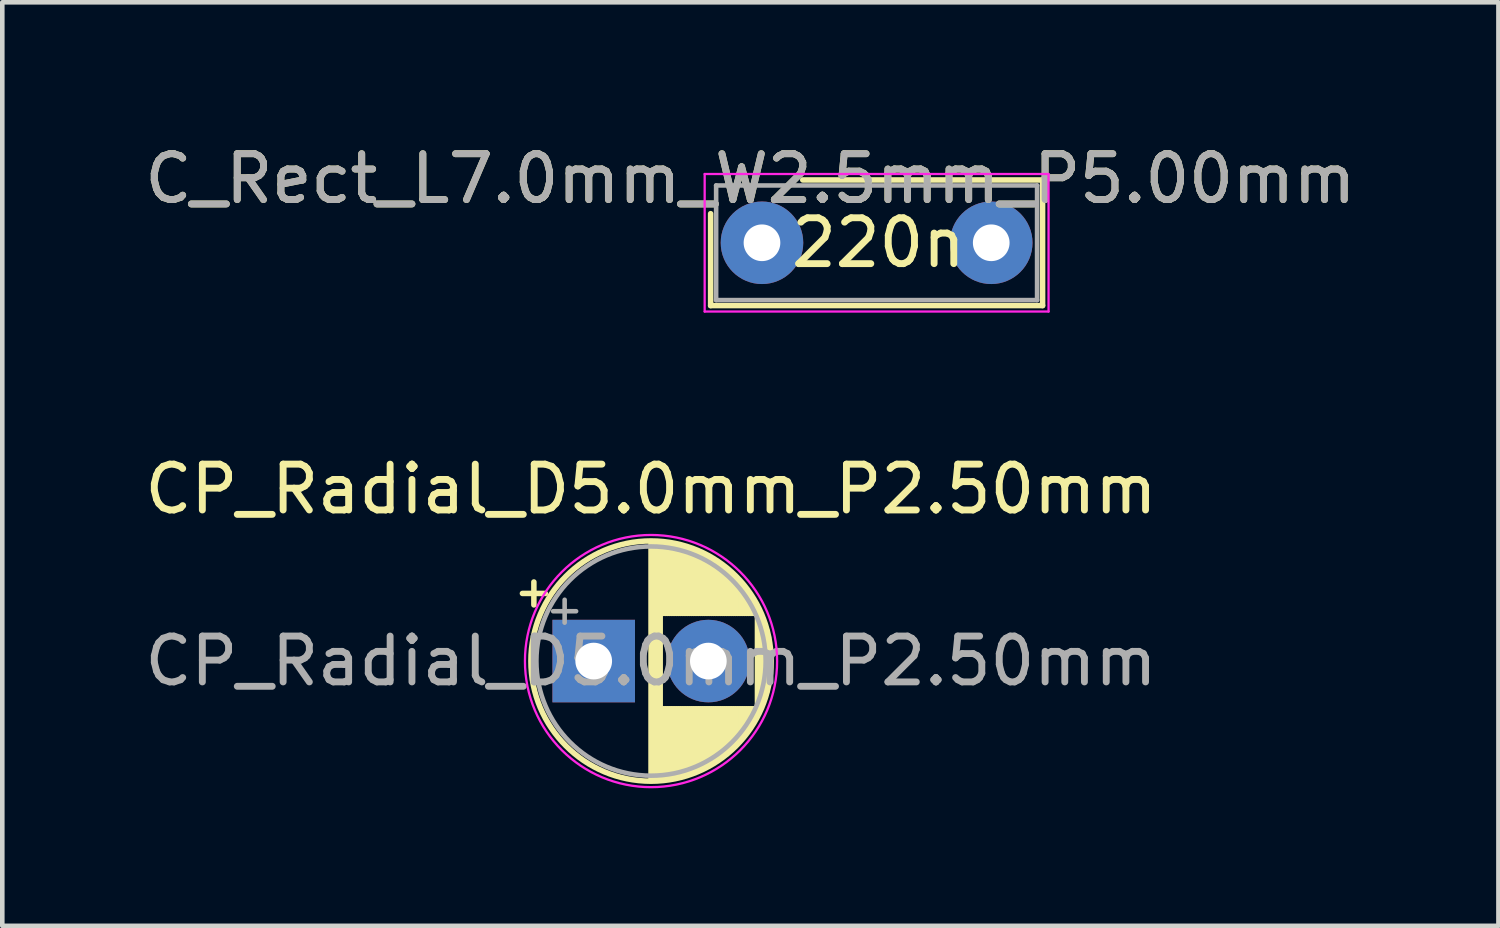
<source format=kicad_pcb>
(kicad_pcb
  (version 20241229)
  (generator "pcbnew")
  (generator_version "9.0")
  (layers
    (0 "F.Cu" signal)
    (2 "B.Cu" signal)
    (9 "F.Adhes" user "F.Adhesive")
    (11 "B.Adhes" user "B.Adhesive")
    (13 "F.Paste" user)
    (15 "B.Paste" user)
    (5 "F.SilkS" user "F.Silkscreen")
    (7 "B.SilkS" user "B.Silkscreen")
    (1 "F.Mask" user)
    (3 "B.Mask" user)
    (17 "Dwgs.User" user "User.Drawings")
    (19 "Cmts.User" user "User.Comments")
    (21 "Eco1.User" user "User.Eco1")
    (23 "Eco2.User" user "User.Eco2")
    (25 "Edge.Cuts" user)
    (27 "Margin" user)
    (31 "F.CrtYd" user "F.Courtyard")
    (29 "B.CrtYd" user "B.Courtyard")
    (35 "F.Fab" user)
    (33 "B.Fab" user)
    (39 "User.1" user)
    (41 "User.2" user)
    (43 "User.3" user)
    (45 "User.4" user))
  (footprint "C_Rect_L7.0mm_W2.5mm_P5.00mm"
    (layer "F.Cu")
    (at 13.569 2.245)
    (property "Reference" "C_Rect_L7.0mm_W2.5mm_P5.00mm" (at -0.254 -1.397 0) (layer "F.SilkS") (effects (font (size 1 1) (thickness 0.15))))
    (property "Value" "220n" (at 2.54 0 0) (layer "F.Fab") (hide yes) (effects (font (size 1 1) (thickness 0.15))))
    (attr through_hole)
    (fp_line (start -1.12 -0.635) (end -1.12 1.37) (stroke (width 0.12) (type solid)) (layer "F.SilkS"))
    (fp_line (start -1.12 1.37) (end 6.12 1.37) (stroke (width 0.12) (type solid)) (layer "F.SilkS"))
    (fp_line (start 0.889 -1.37) (end 6.12 -1.37) (stroke (width 0.12) (type solid)) (layer "F.SilkS"))
    (fp_line (start 6.12 -1.37) (end 6.12 1.37) (stroke (width 0.12) (type solid)) (layer "F.SilkS"))
    (fp_line (start -1.25 -1.5) (end -1.25 1.5) (stroke (width 0.05) (type solid)) (layer "F.CrtYd"))
    (fp_line (start -1.25 1.5) (end 6.25 1.5) (stroke (width 0.05) (type solid)) (layer "F.CrtYd"))
    (fp_line (start 6.25 -1.5) (end -1.25 -1.5) (stroke (width 0.05) (type solid)) (layer "F.CrtYd"))
    (fp_line (start 6.25 1.5) (end 6.25 -1.5) (stroke (width 0.05) (type solid)) (layer "F.CrtYd"))
    (fp_line (start -1 -1.25) (end -1 1.25) (stroke (width 0.1) (type solid)) (layer "F.Fab"))
    (fp_line (start -1 1.25) (end 6 1.25) (stroke (width 0.1) (type solid)) (layer "F.Fab"))
    (fp_line (start 6 -1.25) (end -1 -1.25) (stroke (width 0.1) (type solid)) (layer "F.Fab"))
    (fp_line (start 6 1.25) (end 6 -1.25) (stroke (width 0.1) (type solid)) (layer "F.Fab"))
    (fp_text user "${VALUE}" (at 2.54 0 0) (unlocked yes) (layer "F.SilkS") (effects (font (size 1 1) (thickness 0.15))))
    (fp_text user "${REFERENCE}" (at -0.254 -1.397 0) (layer "F.Fab") (effects (font (size 1 1) (thickness 0.15))))
    (pad "1" thru_hole circle (at 0 0) (size 1.8 1.8) (drill 0.8) (layers "*.Cu" "*.Mask"))
    (pad "2" thru_hole circle (at 5 0) (size 1.8 1.8) (drill 0.8) (layers "*.Cu" "*.Mask")))
  (footprint "CP_Radial_D5.0mm_P2.50mm"
    (layer "F.Cu")
    (at 9.899 11.368)
    (property "Reference" "CP_Radial_D5.0mm_P2.50mm" (at 1.25 -3.75 0) (layer "F.SilkS") (effects (font (size 1 1) (thickness 0.15))))
    (attr through_hole)
    (fp_line (start -1.555 -1.475) (end -1.055 -1.475) (stroke (width 0.12) (type solid)) (layer "F.SilkS"))
    (fp_line (start -1.305 -1.725) (end -1.305 -1.225) (stroke (width 0.12) (type solid)) (layer "F.SilkS"))
    (fp_line (start 1.25 -2.58) (end 1.25 2.58) (stroke (width 0.12) (type solid)) (layer "F.SilkS"))
    (fp_line (start 1.29 -2.58) (end 1.29 2.58) (stroke (width 0.12) (type solid)) (layer "F.SilkS"))
    (fp_line (start 1.33 -2.579) (end 1.33 2.579) (stroke (width 0.12) (type solid)) (layer "F.SilkS"))
    (fp_line (start 1.37 -2.578) (end 1.37 2.578) (stroke (width 0.12) (type solid)) (layer "F.SilkS"))
    (fp_line (start 1.41 -2.576) (end 1.41 2.576) (stroke (width 0.12) (type solid)) (layer "F.SilkS"))
    (fp_line (start 1.45 -2.573) (end 1.45 2.573) (stroke (width 0.12) (type solid)) (layer "F.SilkS"))
    (fp_line (start 1.49 -2.569) (end 1.49 -1.04) (stroke (width 0.12) (type solid)) (layer "F.SilkS"))
    (fp_line (start 1.49 1.04) (end 1.49 2.569) (stroke (width 0.12) (type solid)) (layer "F.SilkS"))
    (fp_line (start 1.53 -2.565) (end 1.53 -1.04) (stroke (width 0.12) (type solid)) (layer "F.SilkS"))
    (fp_line (start 1.53 1.04) (end 1.53 2.565) (stroke (width 0.12) (type solid)) (layer "F.SilkS"))
    (fp_line (start 1.57 -2.561) (end 1.57 -1.04) (stroke (width 0.12) (type solid)) (layer "F.SilkS"))
    (fp_line (start 1.57 1.04) (end 1.57 2.561) (stroke (width 0.12) (type solid)) (layer "F.SilkS"))
    (fp_line (start 1.61 -2.556) (end 1.61 -1.04) (stroke (width 0.12) (type solid)) (layer "F.SilkS"))
    (fp_line (start 1.61 1.04) (end 1.61 2.556) (stroke (width 0.12) (type solid)) (layer "F.SilkS"))
    (fp_line (start 1.65 -2.55) (end 1.65 -1.04) (stroke (width 0.12) (type solid)) (layer "F.SilkS"))
    (fp_line (start 1.65 1.04) (end 1.65 2.55) (stroke (width 0.12) (type solid)) (layer "F.SilkS"))
    (fp_line (start 1.69 -2.543) (end 1.69 -1.04) (stroke (width 0.12) (type solid)) (layer "F.SilkS"))
    (fp_line (start 1.69 1.04) (end 1.69 2.543) (stroke (width 0.12) (type solid)) (layer "F.SilkS"))
    (fp_line (start 1.73 -2.536) (end 1.73 -1.04) (stroke (width 0.12) (type solid)) (layer "F.SilkS"))
    (fp_line (start 1.73 1.04) (end 1.73 2.536) (stroke (width 0.12) (type solid)) (layer "F.SilkS"))
    (fp_line (start 1.77 -2.528) (end 1.77 -1.04) (stroke (width 0.12) (type solid)) (layer "F.SilkS"))
    (fp_line (start 1.77 1.04) (end 1.77 2.528) (stroke (width 0.12) (type solid)) (layer "F.SilkS"))
    (fp_line (start 1.81 -2.52) (end 1.81 -1.04) (stroke (width 0.12) (type solid)) (layer "F.SilkS"))
    (fp_line (start 1.81 1.04) (end 1.81 2.52) (stroke (width 0.12) (type solid)) (layer "F.SilkS"))
    (fp_line (start 1.85 -2.511) (end 1.85 -1.04) (stroke (width 0.12) (type solid)) (layer "F.SilkS"))
    (fp_line (start 1.85 1.04) (end 1.85 2.511) (stroke (width 0.12) (type solid)) (layer "F.SilkS"))
    (fp_line (start 1.89 -2.501) (end 1.89 -1.04) (stroke (width 0.12) (type solid)) (layer "F.SilkS"))
    (fp_line (start 1.89 1.04) (end 1.89 2.501) (stroke (width 0.12) (type solid)) (layer "F.SilkS"))
    (fp_line (start 1.93 -2.491) (end 1.93 -1.04) (stroke (width 0.12) (type solid)) (layer "F.SilkS"))
    (fp_line (start 1.93 1.04) (end 1.93 2.491) (stroke (width 0.12) (type solid)) (layer "F.SilkS"))
    (fp_line (start 1.971 -2.48) (end 1.971 -1.04) (stroke (width 0.12) (type solid)) (layer "F.SilkS"))
    (fp_line (start 1.971 1.04) (end 1.971 2.48) (stroke (width 0.12) (type solid)) (layer "F.SilkS"))
    (fp_line (start 2.011 -2.468) (end 2.011 -1.04) (stroke (width 0.12) (type solid)) (layer "F.SilkS"))
    (fp_line (start 2.011 1.04) (end 2.011 2.468) (stroke (width 0.12) (type solid)) (layer "F.SilkS"))
    (fp_line (start 2.051 -2.455) (end 2.051 -1.04) (stroke (width 0.12) (type solid)) (layer "F.SilkS"))
    (fp_line (start 2.051 1.04) (end 2.051 2.455) (stroke (width 0.12) (type solid)) (layer "F.SilkS"))
    (fp_line (start 2.091 -2.442) (end 2.091 -1.04) (stroke (width 0.12) (type solid)) (layer "F.SilkS"))
    (fp_line (start 2.091 1.04) (end 2.091 2.442) (stroke (width 0.12) (type solid)) (layer "F.SilkS"))
    (fp_line (start 2.131 -2.428) (end 2.131 -1.04) (stroke (width 0.12) (type solid)) (layer "F.SilkS"))
    (fp_line (start 2.131 1.04) (end 2.131 2.428) (stroke (width 0.12) (type solid)) (layer "F.SilkS"))
    (fp_line (start 2.171 -2.414) (end 2.171 -1.04) (stroke (width 0.12) (type solid)) (layer "F.SilkS"))
    (fp_line (start 2.171 1.04) (end 2.171 2.414) (stroke (width 0.12) (type solid)) (layer "F.SilkS"))
    (fp_line (start 2.211 -2.398) (end 2.211 -1.04) (stroke (width 0.12) (type solid)) (layer "F.SilkS"))
    (fp_line (start 2.211 1.04) (end 2.211 2.398) (stroke (width 0.12) (type solid)) (layer "F.SilkS"))
    (fp_line (start 2.251 -2.382) (end 2.251 -1.04) (stroke (width 0.12) (type solid)) (layer "F.SilkS"))
    (fp_line (start 2.251 1.04) (end 2.251 2.382) (stroke (width 0.12) (type solid)) (layer "F.SilkS"))
    (fp_line (start 2.291 -2.365) (end 2.291 -1.04) (stroke (width 0.12) (type solid)) (layer "F.SilkS"))
    (fp_line (start 2.291 1.04) (end 2.291 2.365) (stroke (width 0.12) (type solid)) (layer "F.SilkS"))
    (fp_line (start 2.331 -2.348) (end 2.331 -1.04) (stroke (width 0.12) (type solid)) (layer "F.SilkS"))
    (fp_line (start 2.331 1.04) (end 2.331 2.348) (stroke (width 0.12) (type solid)) (layer "F.SilkS"))
    (fp_line (start 2.371 -2.329) (end 2.371 -1.04) (stroke (width 0.12) (type solid)) (layer "F.SilkS"))
    (fp_line (start 2.371 1.04) (end 2.371 2.329) (stroke (width 0.12) (type solid)) (layer "F.SilkS"))
    (fp_line (start 2.411 -2.31) (end 2.411 -1.04) (stroke (width 0.12) (type solid)) (layer "F.SilkS"))
    (fp_line (start 2.411 1.04) (end 2.411 2.31) (stroke (width 0.12) (type solid)) (layer "F.SilkS"))
    (fp_line (start 2.451 -2.29) (end 2.451 -1.04) (stroke (width 0.12) (type solid)) (layer "F.SilkS"))
    (fp_line (start 2.451 1.04) (end 2.451 2.29) (stroke (width 0.12) (type solid)) (layer "F.SilkS"))
    (fp_line (start 2.491 -2.268) (end 2.491 -1.04) (stroke (width 0.12) (type solid)) (layer "F.SilkS"))
    (fp_line (start 2.491 1.04) (end 2.491 2.268) (stroke (width 0.12) (type solid)) (layer "F.SilkS"))
    (fp_line (start 2.531 -2.247) (end 2.531 -1.04) (stroke (width 0.12) (type solid)) (layer "F.SilkS"))
    (fp_line (start 2.531 1.04) (end 2.531 2.247) (stroke (width 0.12) (type solid)) (layer "F.SilkS"))
    (fp_line (start 2.571 -2.224) (end 2.571 -1.04) (stroke (width 0.12) (type solid)) (layer "F.SilkS"))
    (fp_line (start 2.571 1.04) (end 2.571 2.224) (stroke (width 0.12) (type solid)) (layer "F.SilkS"))
    (fp_line (start 2.611 -2.2) (end 2.611 -1.04) (stroke (width 0.12) (type solid)) (layer "F.SilkS"))
    (fp_line (start 2.611 1.04) (end 2.611 2.2) (stroke (width 0.12) (type solid)) (layer "F.SilkS"))
    (fp_line (start 2.651 -2.175) (end 2.651 -1.04) (stroke (width 0.12) (type solid)) (layer "F.SilkS"))
    (fp_line (start 2.651 1.04) (end 2.651 2.175) (stroke (width 0.12) (type solid)) (layer "F.SilkS"))
    (fp_line (start 2.691 -2.149) (end 2.691 -1.04) (stroke (width 0.12) (type solid)) (layer "F.SilkS"))
    (fp_line (start 2.691 1.04) (end 2.691 2.149) (stroke (width 0.12) (type solid)) (layer "F.SilkS"))
    (fp_line (start 2.731 -2.122) (end 2.731 -1.04) (stroke (width 0.12) (type solid)) (layer "F.SilkS"))
    (fp_line (start 2.731 1.04) (end 2.731 2.122) (stroke (width 0.12) (type solid)) (layer "F.SilkS"))
    (fp_line (start 2.771 -2.095) (end 2.771 -1.04) (stroke (width 0.12) (type solid)) (layer "F.SilkS"))
    (fp_line (start 2.771 1.04) (end 2.771 2.095) (stroke (width 0.12) (type solid)) (layer "F.SilkS"))
    (fp_line (start 2.811 -2.065) (end 2.811 -1.04) (stroke (width 0.12) (type solid)) (layer "F.SilkS"))
    (fp_line (start 2.811 1.04) (end 2.811 2.065) (stroke (width 0.12) (type solid)) (layer "F.SilkS"))
    (fp_line (start 2.851 -2.035) (end 2.851 -1.04) (stroke (width 0.12) (type solid)) (layer "F.SilkS"))
    (fp_line (start 2.851 1.04) (end 2.851 2.035) (stroke (width 0.12) (type solid)) (layer "F.SilkS"))
    (fp_line (start 2.891 -2.004) (end 2.891 -1.04) (stroke (width 0.12) (type solid)) (layer "F.SilkS"))
    (fp_line (start 2.891 1.04) (end 2.891 2.004) (stroke (width 0.12) (type solid)) (layer "F.SilkS"))
    (fp_line (start 2.931 -1.971) (end 2.931 -1.04) (stroke (width 0.12) (type solid)) (layer "F.SilkS"))
    (fp_line (start 2.931 1.04) (end 2.931 1.971) (stroke (width 0.12) (type solid)) (layer "F.SilkS"))
    (fp_line (start 2.971 -1.937) (end 2.971 -1.04) (stroke (width 0.12) (type solid)) (layer "F.SilkS"))
    (fp_line (start 2.971 1.04) (end 2.971 1.937) (stroke (width 0.12) (type solid)) (layer "F.SilkS"))
    (fp_line (start 3.011 -1.901) (end 3.011 -1.04) (stroke (width 0.12) (type solid)) (layer "F.SilkS"))
    (fp_line (start 3.011 1.04) (end 3.011 1.901) (stroke (width 0.12) (type solid)) (layer "F.SilkS"))
    (fp_line (start 3.051 -1.864) (end 3.051 -1.04) (stroke (width 0.12) (type solid)) (layer "F.SilkS"))
    (fp_line (start 3.051 1.04) (end 3.051 1.864) (stroke (width 0.12) (type solid)) (layer "F.SilkS"))
    (fp_line (start 3.091 -1.826) (end 3.091 -1.04) (stroke (width 0.12) (type solid)) (layer "F.SilkS"))
    (fp_line (start 3.091 1.04) (end 3.091 1.826) (stroke (width 0.12) (type solid)) (layer "F.SilkS"))
    (fp_line (start 3.131 -1.785) (end 3.131 -1.04) (stroke (width 0.12) (type solid)) (layer "F.SilkS"))
    (fp_line (start 3.131 1.04) (end 3.131 1.785) (stroke (width 0.12) (type solid)) (layer "F.SilkS"))
    (fp_line (start 3.171 -1.743) (end 3.171 -1.04) (stroke (width 0.12) (type solid)) (layer "F.SilkS"))
    (fp_line (start 3.171 1.04) (end 3.171 1.743) (stroke (width 0.12) (type solid)) (layer "F.SilkS"))
    (fp_line (start 3.211 -1.699) (end 3.211 -1.04) (stroke (width 0.12) (type solid)) (layer "F.SilkS"))
    (fp_line (start 3.211 1.04) (end 3.211 1.699) (stroke (width 0.12) (type solid)) (layer "F.SilkS"))
    (fp_line (start 3.251 -1.653) (end 3.251 -1.04) (stroke (width 0.12) (type solid)) (layer "F.SilkS"))
    (fp_line (start 3.251 1.04) (end 3.251 1.653) (stroke (width 0.12) (type solid)) (layer "F.SilkS"))
    (fp_line (start 3.291 -1.605) (end 3.291 -1.04) (stroke (width 0.12) (type solid)) (layer "F.SilkS"))
    (fp_line (start 3.291 1.04) (end 3.291 1.605) (stroke (width 0.12) (type solid)) (layer "F.SilkS"))
    (fp_line (start 3.331 -1.554) (end 3.331 -1.04) (stroke (width 0.12) (type solid)) (layer "F.SilkS"))
    (fp_line (start 3.331 1.04) (end 3.331 1.554) (stroke (width 0.12) (type solid)) (layer "F.SilkS"))
    (fp_line (start 3.371 -1.5) (end 3.371 -1.04) (stroke (width 0.12) (type solid)) (layer "F.SilkS"))
    (fp_line (start 3.371 1.04) (end 3.371 1.5) (stroke (width 0.12) (type solid)) (layer "F.SilkS"))
    (fp_line (start 3.411 -1.443) (end 3.411 -1.04) (stroke (width 0.12) (type solid)) (layer "F.SilkS"))
    (fp_line (start 3.411 1.04) (end 3.411 1.443) (stroke (width 0.12) (type solid)) (layer "F.SilkS"))
    (fp_line (start 3.451 -1.383) (end 3.451 -1.04) (stroke (width 0.12) (type solid)) (layer "F.SilkS"))
    (fp_line (start 3.451 1.04) (end 3.451 1.383) (stroke (width 0.12) (type solid)) (layer "F.SilkS"))
    (fp_line (start 3.491 -1.319) (end 3.491 -1.04) (stroke (width 0.12) (type solid)) (layer "F.SilkS"))
    (fp_line (start 3.491 1.04) (end 3.491 1.319) (stroke (width 0.12) (type solid)) (layer "F.SilkS"))
    (fp_line (start 3.531 -1.251) (end 3.531 -1.04) (stroke (width 0.12) (type solid)) (layer "F.SilkS"))
    (fp_line (start 3.531 1.04) (end 3.531 1.251) (stroke (width 0.12) (type solid)) (layer "F.SilkS"))
    (fp_line (start 3.571 -1.178) (end 3.571 1.178) (stroke (width 0.12) (type solid)) (layer "F.SilkS"))
    (fp_line (start 3.611 -1.098) (end 3.611 1.098) (stroke (width 0.12) (type solid)) (layer "F.SilkS"))
    (fp_line (start 3.651 -1.011) (end 3.651 1.011) (stroke (width 0.12) (type solid)) (layer "F.SilkS"))
    (fp_line (start 3.691 -0.915) (end 3.691 0.915) (stroke (width 0.12) (type solid)) (layer "F.SilkS"))
    (fp_line (start 3.731 -0.805) (end 3.731 0.805) (stroke (width 0.12) (type solid)) (layer "F.SilkS"))
    (fp_line (start 3.771 -0.677) (end 3.771 0.677) (stroke (width 0.12) (type solid)) (layer "F.SilkS"))
    (fp_line (start 3.811 -0.518) (end 3.811 0.518) (stroke (width 0.12) (type solid)) (layer "F.SilkS"))
    (fp_line (start 3.851 -0.284) (end 3.851 0.284) (stroke (width 0.12) (type solid)) (layer "F.SilkS"))
    (fp_circle (center 1.25 0) (end 3.87 0) (stroke (width 0.12) (type solid)) (fill no) (layer "F.SilkS"))
    (fp_circle (center 1.25 0) (end 4 0) (stroke (width 0.05) (type solid)) (fill no) (layer "F.CrtYd"))
    (fp_line (start -0.884 -1.087) (end -0.384 -1.087) (stroke (width 0.1) (type solid)) (layer "F.Fab"))
    (fp_line (start -0.634 -1.337) (end -0.634 -0.838) (stroke (width 0.1) (type solid)) (layer "F.Fab"))
    (fp_circle (center 1.25 0) (end 3.75 0) (stroke (width 0.1) (type solid)) (fill no) (layer "F.Fab"))
    (fp_text user "${REFERENCE}" (at 1.25 0 0) (layer "F.Fab") (effects (font (size 1 1) (thickness 0.15))))
    (pad "1" thru_hole rect (at 0 0) (size 1.8 1.8) (drill 0.8) (layers "*.Cu" "*.Mask"))
    (pad "2" thru_hole circle (at 2.5 0) (size 1.8 1.8) (drill 0.8) (layers "*.Cu" "*.Mask")))
  (gr_rect
    (start -3 -3)
    (end 29.631 17.143)
    (stroke (width 0.1) (type default))
    (fill no)
    (layer "Edge.Cuts")))
</source>
